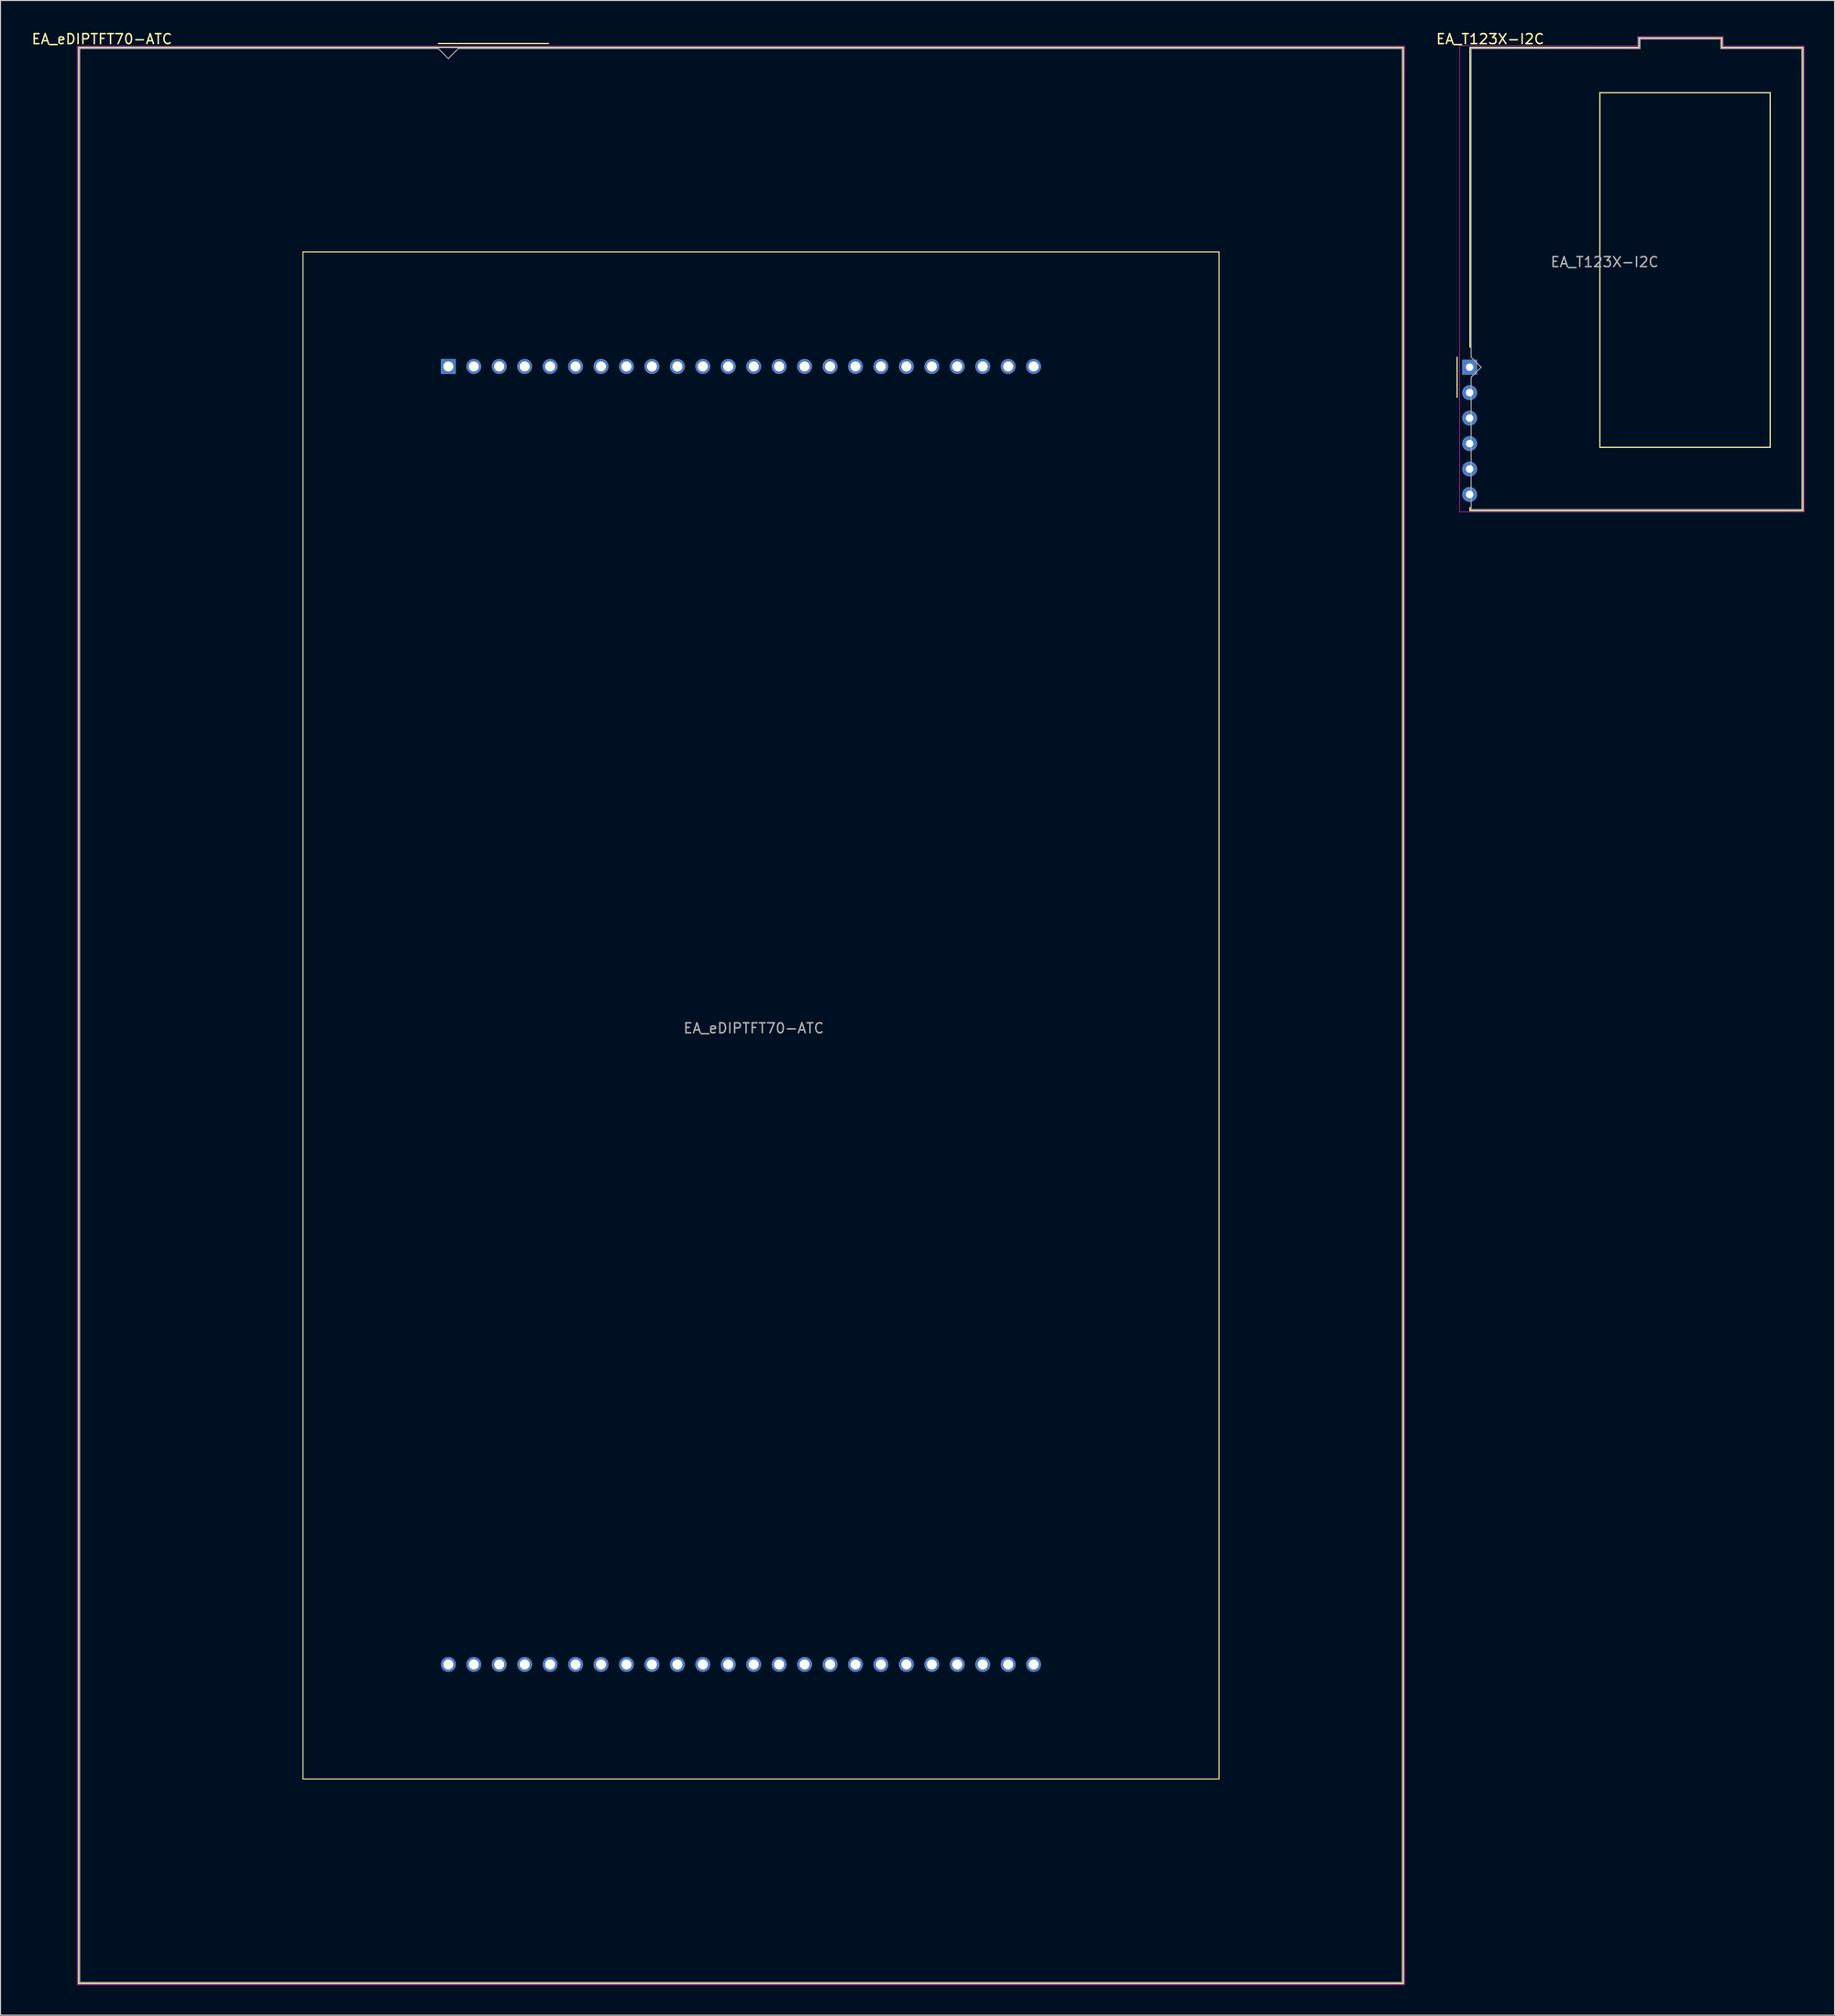
<source format=kicad_pcb>
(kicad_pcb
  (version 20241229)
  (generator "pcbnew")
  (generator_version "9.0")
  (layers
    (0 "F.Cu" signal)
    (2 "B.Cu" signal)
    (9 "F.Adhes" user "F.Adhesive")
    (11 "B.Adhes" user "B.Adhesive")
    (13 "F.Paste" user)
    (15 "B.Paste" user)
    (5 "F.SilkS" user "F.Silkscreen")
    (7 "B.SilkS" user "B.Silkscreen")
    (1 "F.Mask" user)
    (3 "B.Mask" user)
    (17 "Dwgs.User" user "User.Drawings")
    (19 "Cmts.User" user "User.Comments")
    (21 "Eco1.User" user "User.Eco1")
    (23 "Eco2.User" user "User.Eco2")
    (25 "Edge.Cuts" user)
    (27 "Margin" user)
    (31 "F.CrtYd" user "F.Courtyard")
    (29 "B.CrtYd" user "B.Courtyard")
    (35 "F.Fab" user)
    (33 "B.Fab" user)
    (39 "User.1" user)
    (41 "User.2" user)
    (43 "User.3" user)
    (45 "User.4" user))
  (footprint "EA_eDIPTFT70-ATC"
    (layer "F.Cu")
    (at 41.7 33.523)
    (property "Reference" "EA_eDIPTFT70-ATC" (at -34.575 -32.675 0) (layer "F.SilkS") (effects (font (size 1 1) (thickness 0.15))))
    (attr through_hole)
    (fp_line (start -36.91 -31.85) (end 95.33 -31.85) (stroke (width 0.12) (type solid)) (layer "F.SilkS"))
    (fp_line (start -36.91 161.39) (end -36.91 -31.85) (stroke (width 0.12) (type solid)) (layer "F.SilkS"))
    (fp_line (start -14.51 -11.43) (end -14.51 140.97) (stroke (width 0.1) (type solid)) (layer "F.SilkS"))
    (fp_line (start -14.51 140.97) (end 76.93 140.97) (stroke (width 0.1) (type solid)) (layer "F.SilkS"))
    (fp_line (start -1 -32.23) (end 10 -32.23) (stroke (width 0.12) (type solid)) (layer "F.SilkS"))
    (fp_line (start 76.93 -11.43) (end -14.51 -11.43) (stroke (width 0.1) (type solid)) (layer "F.SilkS"))
    (fp_line (start 76.93 140.97) (end 76.93 -11.43) (stroke (width 0.1) (type solid)) (layer "F.SilkS"))
    (fp_line (start 95.33 -31.85) (end 95.33 161.39) (stroke (width 0.12) (type solid)) (layer "F.SilkS"))
    (fp_line (start 95.33 161.39) (end -36.91 161.39) (stroke (width 0.12) (type solid)) (layer "F.SilkS"))
    (fp_line (start -37.04 -31.98) (end 95.46 -31.98) (stroke (width 0.05) (type solid)) (layer "F.CrtYd"))
    (fp_line (start -37.04 161.52) (end -37.04 -31.98) (stroke (width 0.05) (type solid)) (layer "F.CrtYd"))
    (fp_line (start 95.46 -31.98) (end 95.46 161.52) (stroke (width 0.05) (type solid)) (layer "F.CrtYd"))
    (fp_line (start 95.46 161.52) (end -37.04 161.52) (stroke (width 0.05) (type solid)) (layer "F.CrtYd"))
    (fp_line (start -36.79 -31.73) (end -1 -31.73) (stroke (width 0.1) (type solid)) (layer "F.Fab"))
    (fp_line (start -36.79 161.27) (end -36.79 -31.73) (stroke (width 0.1) (type solid)) (layer "F.Fab"))
    (fp_line (start -1 -31.73) (end 0 -30.73) (stroke (width 0.1) (type solid)) (layer "F.Fab"))
    (fp_line (start 0 -30.73) (end 1 -31.73) (stroke (width 0.1) (type solid)) (layer "F.Fab"))
    (fp_line (start 1 -31.73) (end 95.21 -31.73) (stroke (width 0.1) (type solid)) (layer "F.Fab"))
    (fp_line (start 95.21 -31.73) (end 95.21 161.27) (stroke (width 0.1) (type solid)) (layer "F.Fab"))
    (fp_line (start 95.21 161.27) (end -36.79 161.27) (stroke (width 0.1) (type solid)) (layer "F.Fab"))
    (fp_text user "${REFERENCE}" (at 30.48 66.04 0) (layer "F.Fab") (effects (font (size 1 1) (thickness 0.15))))
    (pad "1" thru_hole rect (at 0 0) (size 1.5 1.5) (drill 1) (layers "*.Cu" "*.Mask"))
    (pad "2" thru_hole circle (at 2.54 0) (size 1.5 1.5) (drill 1) (layers "*.Cu" "*.Mask"))
    (pad "3" thru_hole circle (at 5.08 0) (size 1.5 1.5) (drill 1) (layers "*.Cu" "*.Mask"))
    (pad "4" thru_hole circle (at 7.62 0) (size 1.5 1.5) (drill 1) (layers "*.Cu" "*.Mask"))
    (pad "5" thru_hole circle (at 10.16 0) (size 1.5 1.5) (drill 1) (layers "*.Cu" "*.Mask"))
    (pad "6" thru_hole circle (at 12.7 0) (size 1.5 1.5) (drill 1) (layers "*.Cu" "*.Mask"))
    (pad "7" thru_hole circle (at 15.24 0) (size 1.5 1.5) (drill 1) (layers "*.Cu" "*.Mask"))
    (pad "8" thru_hole circle (at 17.78 0) (size 1.5 1.5) (drill 1) (layers "*.Cu" "*.Mask"))
    (pad "9" thru_hole circle (at 20.32 0) (size 1.5 1.5) (drill 1) (layers "*.Cu" "*.Mask"))
    (pad "10" thru_hole circle (at 22.86 0) (size 1.5 1.5) (drill 1) (layers "*.Cu" "*.Mask"))
    (pad "11" thru_hole circle (at 25.4 0) (size 1.5 1.5) (drill 1) (layers "*.Cu" "*.Mask"))
    (pad "12" thru_hole circle (at 27.94 0) (size 1.5 1.5) (drill 1) (layers "*.Cu" "*.Mask"))
    (pad "13" thru_hole circle (at 30.48 0) (size 1.5 1.5) (drill 1) (layers "*.Cu" "*.Mask"))
    (pad "14" thru_hole circle (at 33.02 0) (size 1.5 1.5) (drill 1) (layers "*.Cu" "*.Mask"))
    (pad "15" thru_hole circle (at 35.56 0) (size 1.5 1.5) (drill 1) (layers "*.Cu" "*.Mask"))
    (pad "16" thru_hole circle (at 38.1 0) (size 1.5 1.5) (drill 1) (layers "*.Cu" "*.Mask"))
    (pad "17" thru_hole circle (at 40.64 0) (size 1.5 1.5) (drill 1) (layers "*.Cu" "*.Mask"))
    (pad "18" thru_hole circle (at 43.18 0) (size 1.5 1.5) (drill 1) (layers "*.Cu" "*.Mask"))
    (pad "19" thru_hole circle (at 45.72 0) (size 1.5 1.5) (drill 1) (layers "*.Cu" "*.Mask"))
    (pad "20" thru_hole circle (at 48.26 0) (size 1.5 1.5) (drill 1) (layers "*.Cu" "*.Mask"))
    (pad "21" thru_hole circle (at 50.8 0) (size 1.5 1.5) (drill 1) (layers "*.Cu" "*.Mask"))
    (pad "22" thru_hole circle (at 53.34 0) (size 1.5 1.5) (drill 1) (layers "*.Cu" "*.Mask"))
    (pad "23" thru_hole circle (at 55.88 0) (size 1.5 1.5) (drill 1) (layers "*.Cu" "*.Mask"))
    (pad "24" thru_hole circle (at 58.42 0) (size 1.5 1.5) (drill 1) (layers "*.Cu" "*.Mask"))
    (pad "25" thru_hole circle (at 58.42 129.54) (size 1.5 1.5) (drill 1) (layers "*.Cu" "*.Mask"))
    (pad "26" thru_hole circle (at 55.88 129.54) (size 1.5 1.5) (drill 1) (layers "*.Cu" "*.Mask"))
    (pad "27" thru_hole circle (at 53.34 129.54) (size 1.5 1.5) (drill 1) (layers "*.Cu" "*.Mask"))
    (pad "28" thru_hole circle (at 50.8 129.54) (size 1.5 1.5) (drill 1) (layers "*.Cu" "*.Mask"))
    (pad "29" thru_hole circle (at 48.26 129.54) (size 1.5 1.5) (drill 1) (layers "*.Cu" "*.Mask"))
    (pad "30" thru_hole circle (at 45.72 129.54) (size 1.5 1.5) (drill 1) (layers "*.Cu" "*.Mask"))
    (pad "31" thru_hole circle (at 43.18 129.54) (size 1.5 1.5) (drill 1) (layers "*.Cu" "*.Mask"))
    (pad "32" thru_hole circle (at 40.64 129.54) (size 1.5 1.5) (drill 1) (layers "*.Cu" "*.Mask"))
    (pad "33" thru_hole circle (at 38.1 129.54) (size 1.5 1.5) (drill 1) (layers "*.Cu" "*.Mask"))
    (pad "34" thru_hole circle (at 35.56 129.54) (size 1.5 1.5) (drill 1) (layers "*.Cu" "*.Mask"))
    (pad "35" thru_hole circle (at 33.02 129.54) (size 1.5 1.5) (drill 1) (layers "*.Cu" "*.Mask"))
    (pad "36" thru_hole circle (at 30.48 129.54) (size 1.5 1.5) (drill 1) (layers "*.Cu" "*.Mask"))
    (pad "37" thru_hole circle (at 27.94 129.54) (size 1.5 1.5) (drill 1) (layers "*.Cu" "*.Mask"))
    (pad "38" thru_hole circle (at 25.4 129.54) (size 1.5 1.5) (drill 1) (layers "*.Cu" "*.Mask"))
    (pad "39" thru_hole circle (at 22.86 129.54) (size 1.5 1.5) (drill 1) (layers "*.Cu" "*.Mask"))
    (pad "40" thru_hole circle (at 20.32 129.54) (size 1.5 1.5) (drill 1) (layers "*.Cu" "*.Mask"))
    (pad "41" thru_hole circle (at 17.78 129.54) (size 1.5 1.5) (drill 1) (layers "*.Cu" "*.Mask"))
    (pad "42" thru_hole circle (at 15.24 129.54) (size 1.5 1.5) (drill 1) (layers "*.Cu" "*.Mask"))
    (pad "43" thru_hole circle (at 12.7 129.54) (size 1.5 1.5) (drill 1) (layers "*.Cu" "*.Mask"))
    (pad "44" thru_hole circle (at 10.16 129.54) (size 1.5 1.5) (drill 1) (layers "*.Cu" "*.Mask"))
    (pad "45" thru_hole circle (at 7.62 129.54) (size 1.5 1.5) (drill 1) (layers "*.Cu" "*.Mask"))
    (pad "46" thru_hole circle (at 5.08 129.54) (size 1.5 1.5) (drill 1) (layers "*.Cu" "*.Mask"))
    (pad "47" thru_hole circle (at 2.54 129.54) (size 1.5 1.5) (drill 1) (layers "*.Cu" "*.Mask"))
    (pad "48" thru_hole circle (at 0 129.54) (size 1.5 1.5) (drill 1) (layers "*.Cu" "*.Mask")))
  (footprint "EA_T123X-I2C"
    (layer "F.Cu")
    (at 143.641 33.598)
    (property "Reference" "EA_T123X-I2C" (at 2.05 -32.75 0) (layer "F.SilkS") (effects (font (size 1 1) (thickness 0.15))))
    (attr through_hole)
    (fp_line (start -1.25 -1) (end -1.25 3) (stroke (width 0.12) (type solid)) (layer "F.SilkS"))
    (fp_line (start 0.03 -31.92) (end 0.03 -2) (stroke (width 0.12) (type solid)) (layer "F.SilkS"))
    (fp_line (start 0.03 -31.92) (end 16.89 -31.92) (stroke (width 0.12) (type solid)) (layer "F.SilkS"))
    (fp_line (start 0.03 14.32) (end 0.03 14) (stroke (width 0.12) (type solid)) (layer "F.SilkS"))
    (fp_line (start 13 -27.4) (end 30 -27.4) (stroke (width 0.12) (type solid)) (layer "F.SilkS"))
    (fp_line (start 13 8) (end 13 -27.4) (stroke (width 0.12) (type solid)) (layer "F.SilkS"))
    (fp_line (start 13 8) (end 30 8) (stroke (width 0.12) (type solid)) (layer "F.SilkS"))
    (fp_line (start 16.89 -32.87) (end 16.89 -31.94) (stroke (width 0.12) (type solid)) (layer "F.SilkS"))
    (fp_line (start 25.19 -32.87) (end 16.89 -32.87) (stroke (width 0.12) (type solid)) (layer "F.SilkS"))
    (fp_line (start 25.19 -31.93) (end 25.19 -32.87) (stroke (width 0.12) (type solid)) (layer "F.SilkS"))
    (fp_line (start 25.19 -31.92) (end 33.27 -31.92) (stroke (width 0.12) (type solid)) (layer "F.SilkS"))
    (fp_line (start 30 -27.4) (end 30 8) (stroke (width 0.12) (type solid)) (layer "F.SilkS"))
    (fp_line (start 33.27 -31.92) (end 33.27 14.32) (stroke (width 0.12) (type solid)) (layer "F.SilkS"))
    (fp_line (start 33.27 14.32) (end 0.03 14.32) (stroke (width 0.12) (type solid)) (layer "F.SilkS"))
    (fp_line (start -1 14.45) (end -1 -32.05) (stroke (width 0.05) (type solid)) (layer "F.CrtYd"))
    (fp_line (start 16.76 -33) (end 16.76 -32.08) (stroke (width 0.05) (type solid)) (layer "F.CrtYd"))
    (fp_line (start 16.76 -32.08) (end -1 -32.09) (stroke (width 0.05) (type solid)) (layer "F.CrtYd"))
    (fp_line (start 25.31 -33) (end 16.76 -33) (stroke (width 0.05) (type solid)) (layer "F.CrtYd"))
    (fp_line (start 25.32 -32.06) (end 25.32 -33) (stroke (width 0.05) (type solid)) (layer "F.CrtYd"))
    (fp_line (start 25.32 -32.05) (end 33.4 -32.05) (stroke (width 0.05) (type solid)) (layer "F.CrtYd"))
    (fp_line (start 33.4 -32.05) (end 33.4 14.45) (stroke (width 0.05) (type solid)) (layer "F.CrtYd"))
    (fp_line (start 33.4 14.45) (end -1 14.45) (stroke (width 0.05) (type solid)) (layer "F.CrtYd"))
    (fp_line (start 0.15 -31.8) (end 17.01 -31.8) (stroke (width 0.1) (type solid)) (layer "F.Fab"))
    (fp_line (start 0.15 -1) (end 0.15 -31.8) (stroke (width 0.1) (type solid)) (layer "F.Fab"))
    (fp_line (start 0.15 -1) (end 1.15 0) (stroke (width 0.1) (type solid)) (layer "F.Fab"))
    (fp_line (start 0.15 1) (end 0.15 14.2) (stroke (width 0.1) (type solid)) (layer "F.Fab"))
    (fp_line (start 0.15 14.2) (end 33.15 14.2) (stroke (width 0.1) (type solid)) (layer "F.Fab"))
    (fp_line (start 1.15 0) (end 0.15 1) (stroke (width 0.1) (type solid)) (layer "F.Fab"))
    (fp_line (start 17.01 -32.75) (end 17.01 -31.8) (stroke (width 0.1) (type solid)) (layer "F.Fab"))
    (fp_line (start 25.07 -32.75) (end 17.01 -32.75) (stroke (width 0.1) (type solid)) (layer "F.Fab"))
    (fp_line (start 25.07 -31.8) (end 25.07 -32.75) (stroke (width 0.1) (type solid)) (layer "F.Fab"))
    (fp_line (start 25.07 -31.8) (end 33.15 -31.8) (stroke (width 0.1) (type solid)) (layer "F.Fab"))
    (fp_line (start 33.15 -31.8) (end 33.15 14.2) (stroke (width 0.1) (type solid)) (layer "F.Fab"))
    (fp_text user "${REFERENCE}" (at 13.47 -10.5 0) (layer "F.Fab") (effects (font (size 1 1) (thickness 0.15))))
    (pad "1" thru_hole rect (at 0 0) (size 1.5 1.5) (drill 0.75) (layers "*.Cu" "*.Mask"))
    (pad "2" thru_hole circle (at 0 2.54) (size 1.5 1.5) (drill 0.75) (layers "*.Cu" "*.Mask"))
    (pad "3" thru_hole circle (at 0 5.08) (size 1.5 1.5) (drill 0.75) (layers "*.Cu" "*.Mask"))
    (pad "4" thru_hole circle (at 0 7.62) (size 1.5 1.5) (drill 0.75) (layers "*.Cu" "*.Mask"))
    (pad "5" thru_hole circle (at 0 10.16) (size 1.5 1.5) (drill 0.75) (layers "*.Cu" "*.Mask"))
    (pad "6" thru_hole circle (at 0 12.7) (size 1.5 1.5) (drill 0.75) (layers "*.Cu" "*.Mask")))
  (gr_rect
    (start -3 -3)
    (end 180.066 198.068)
    (stroke (width 0.1) (type default))
    (fill no)
    (layer "Edge.Cuts")))
</source>
